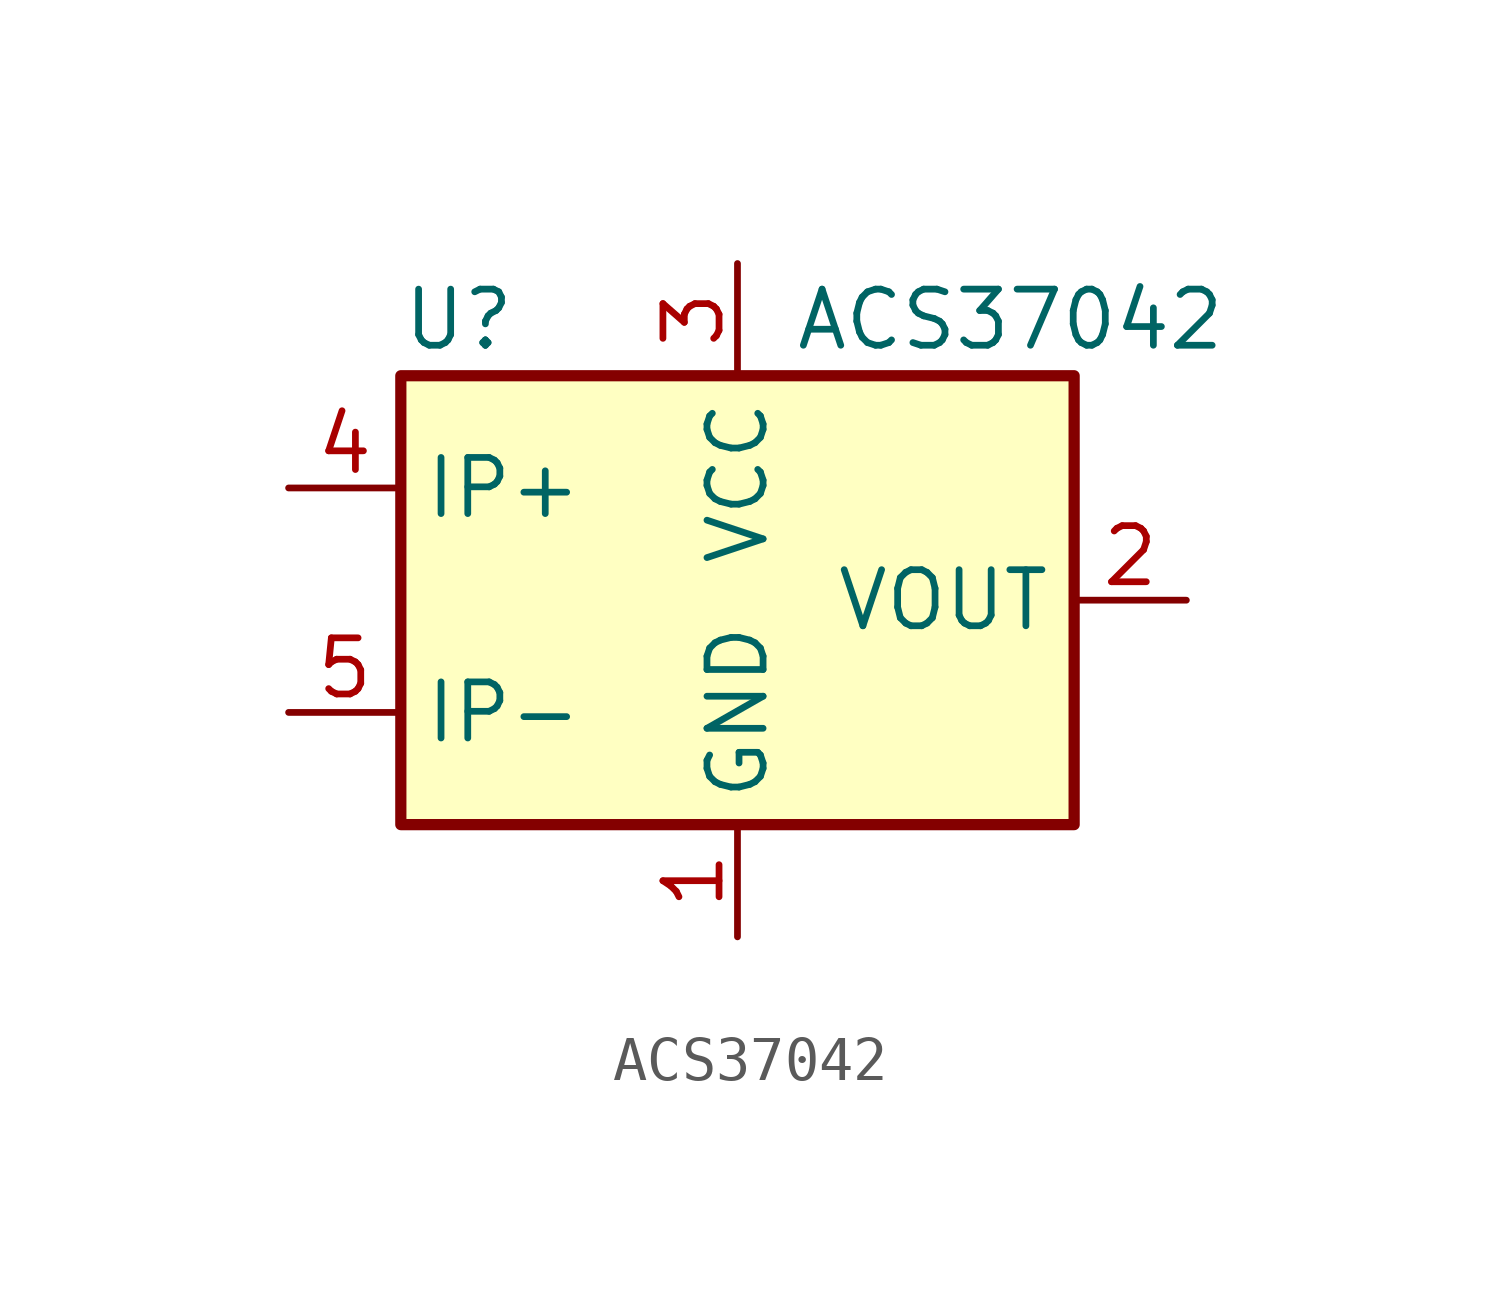
<source format=kicad_sym>
(kicad_symbol_lib
  (version 20241209)
  (generator "kicad_symbol_editor")
  (generator_version "9.0")
  (symbol "ACS37042"
    (property "Reference" "U"
      (at -7.62 6.35 0)
      (effects (font (size 1.27 1.27)) (justify left)))
    (property "Value" "ACS37042"
      (at 1.27 6.35 0)
      (effects (font (size 1.27 1.27)) (justify left)))
    (symbol "ACS37042_0_1"
      (rectangle (start -7.62 5.08) (end 7.62 -5.08) (stroke (width 0.254) (type default)) (fill (type background))))
    (symbol "ACS37042_1_1"
      (pin passive line (at -10.16 2.54 0) (length 2.54) (name "IP+" (effects (font (size 1.27 1.27)))) (number "4" (effects (font (size 1.27 1.27)))))
      (pin passive line (at -10.16 -2.54 0) (length 2.54) (name "IP-" (effects (font (size 1.27 1.27)))) (number "5" (effects (font (size 1.27 1.27)))))
      (pin power_in line (at 0 7.62 270) (length 2.54) (name "VCC" (effects (font (size 1.27 1.27)))) (number "3" (effects (font (size 1.27 1.27)))))
      (pin power_in line (at 0 -7.62 90) (length 2.54) (name "GND" (effects (font (size 1.27 1.27)))) (number "1" (effects (font (size 1.27 1.27)))))
      (pin output line (at 10.16 0 180) (length 2.54) (name "VOUT" (effects (font (size 1.27 1.27)))) (number "2" (effects (font (size 1.27 1.27))))))))
</source>
